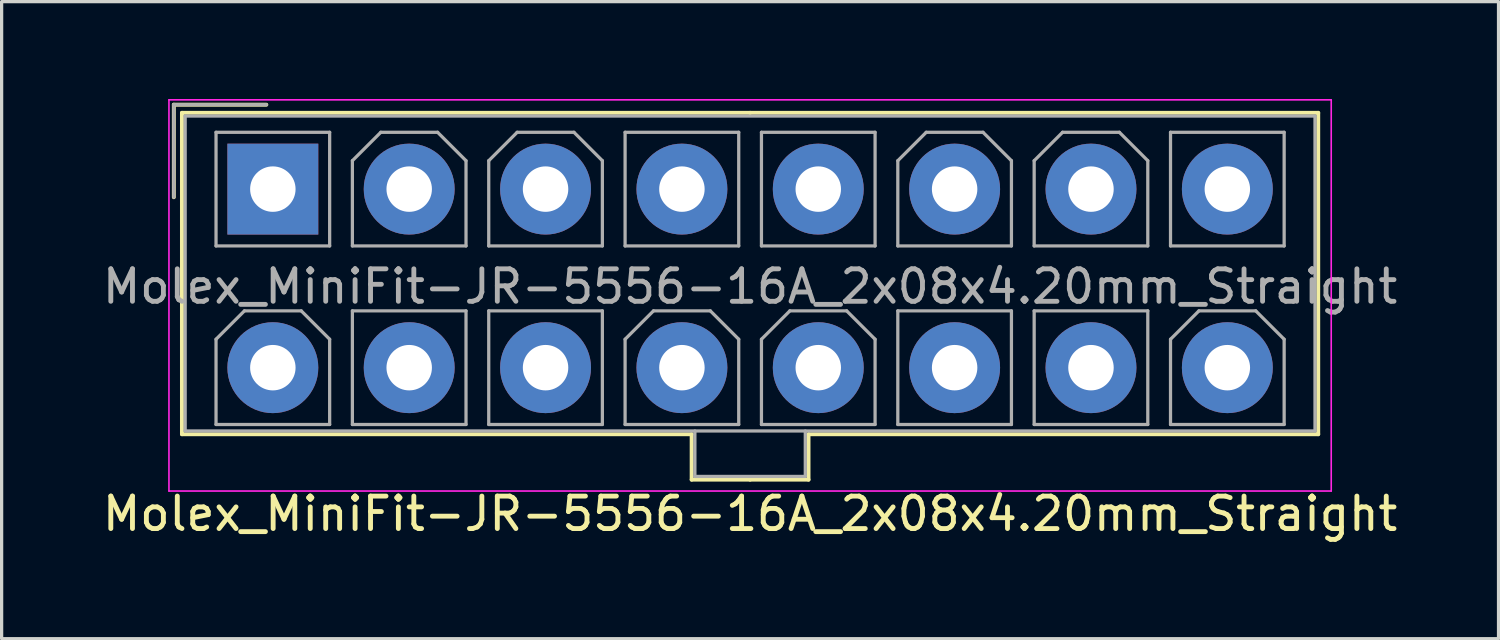
<source format=kicad_pcb>
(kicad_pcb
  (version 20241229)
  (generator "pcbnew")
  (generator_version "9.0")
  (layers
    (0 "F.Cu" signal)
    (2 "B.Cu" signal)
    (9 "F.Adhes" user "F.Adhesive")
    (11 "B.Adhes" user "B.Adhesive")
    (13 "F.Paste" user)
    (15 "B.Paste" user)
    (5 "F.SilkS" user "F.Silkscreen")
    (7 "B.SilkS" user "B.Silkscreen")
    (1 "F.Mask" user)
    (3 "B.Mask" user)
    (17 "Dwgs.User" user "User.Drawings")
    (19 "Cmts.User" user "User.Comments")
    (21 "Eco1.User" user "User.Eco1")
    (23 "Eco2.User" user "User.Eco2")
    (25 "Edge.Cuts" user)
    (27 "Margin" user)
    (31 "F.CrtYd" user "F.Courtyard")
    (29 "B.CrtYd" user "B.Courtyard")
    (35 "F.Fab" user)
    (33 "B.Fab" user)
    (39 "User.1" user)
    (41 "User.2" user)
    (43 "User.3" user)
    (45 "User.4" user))
  (footprint "Molex_MiniFit-JR-5556-16A_2x08x4.20mm_Straight"
    (layer "F.Cu")
    (at 5.354 2.775)
    (property "Reference" "Molex_MiniFit-JR-5556-16A_2x08x4.20mm_Straight" (at 14.7 10 0) (layer "F.SilkS") (effects (font (size 1 1) (thickness 0.15))))
    (attr through_hole)
    (fp_line (start -3.05 -2.6) (end -3.05 0.25) (stroke (width 0.12) (type solid)) (layer "F.SilkS"))
    (fp_line (start -2.8 -2.35) (end -2.8 7.55) (stroke (width 0.12) (type solid)) (layer "F.SilkS"))
    (fp_line (start -2.8 7.55) (end 12.9 7.55) (stroke (width 0.12) (type solid)) (layer "F.SilkS"))
    (fp_line (start -0.2 -2.6) (end -3.05 -2.6) (stroke (width 0.12) (type solid)) (layer "F.SilkS"))
    (fp_line (start 12.9 7.55) (end 12.9 8.95) (stroke (width 0.12) (type solid)) (layer "F.SilkS"))
    (fp_line (start 12.9 8.95) (end 14.7 8.95) (stroke (width 0.12) (type solid)) (layer "F.SilkS"))
    (fp_line (start 14.7 -2.35) (end -2.8 -2.35) (stroke (width 0.12) (type solid)) (layer "F.SilkS"))
    (fp_line (start 14.7 -2.35) (end 32.2 -2.35) (stroke (width 0.12) (type solid)) (layer "F.SilkS"))
    (fp_line (start 16.5 7.55) (end 16.5 8.95) (stroke (width 0.12) (type solid)) (layer "F.SilkS"))
    (fp_line (start 16.5 8.95) (end 14.7 8.95) (stroke (width 0.12) (type solid)) (layer "F.SilkS"))
    (fp_line (start 32.2 -2.35) (end 32.2 7.55) (stroke (width 0.12) (type solid)) (layer "F.SilkS"))
    (fp_line (start 32.2 7.55) (end 16.5 7.55) (stroke (width 0.12) (type solid)) (layer "F.SilkS"))
    (fp_line (start -3.2 -2.75) (end -3.2 9.3) (stroke (width 0.05) (type solid)) (layer "F.CrtYd"))
    (fp_line (start -3.2 9.3) (end 32.6 9.3) (stroke (width 0.05) (type solid)) (layer "F.CrtYd"))
    (fp_line (start 32.6 -2.75) (end -3.2 -2.75) (stroke (width 0.05) (type solid)) (layer "F.CrtYd"))
    (fp_line (start 32.6 9.3) (end 32.6 -2.75) (stroke (width 0.05) (type solid)) (layer "F.CrtYd"))
    (fp_line (start -3.05 -2.6) (end -3.05 0.25) (stroke (width 0.1) (type solid)) (layer "F.Fab"))
    (fp_line (start -2.7 -2.25) (end -2.7 7.45) (stroke (width 0.1) (type solid)) (layer "F.Fab"))
    (fp_line (start -2.7 7.45) (end 32.1 7.45) (stroke (width 0.1) (type solid)) (layer "F.Fab"))
    (fp_line (start -1.75 -1.75) (end -1.75 1.75) (stroke (width 0.1) (type solid)) (layer "F.Fab"))
    (fp_line (start -1.75 1.75) (end 1.75 1.75) (stroke (width 0.1) (type solid)) (layer "F.Fab"))
    (fp_line (start -1.75 4.625) (end -0.875 3.75) (stroke (width 0.1) (type solid)) (layer "F.Fab"))
    (fp_line (start -1.75 7.25) (end -1.75 4.625) (stroke (width 0.1) (type solid)) (layer "F.Fab"))
    (fp_line (start -0.875 3.75) (end 0.875 3.75) (stroke (width 0.1) (type solid)) (layer "F.Fab"))
    (fp_line (start -0.2 -2.6) (end -3.05 -2.6) (stroke (width 0.1) (type solid)) (layer "F.Fab"))
    (fp_line (start 0.875 3.75) (end 1.75 4.625) (stroke (width 0.1) (type solid)) (layer "F.Fab"))
    (fp_line (start 1.75 -1.75) (end -1.75 -1.75) (stroke (width 0.1) (type solid)) (layer "F.Fab"))
    (fp_line (start 1.75 1.75) (end 1.75 -1.75) (stroke (width 0.1) (type solid)) (layer "F.Fab"))
    (fp_line (start 1.75 4.625) (end 1.75 7.25) (stroke (width 0.1) (type solid)) (layer "F.Fab"))
    (fp_line (start 1.75 7.25) (end -1.75 7.25) (stroke (width 0.1) (type solid)) (layer "F.Fab"))
    (fp_line (start 2.45 -0.875) (end 3.325 -1.75) (stroke (width 0.1) (type solid)) (layer "F.Fab"))
    (fp_line (start 2.45 1.75) (end 2.45 -0.875) (stroke (width 0.1) (type solid)) (layer "F.Fab"))
    (fp_line (start 2.45 3.75) (end 2.45 7.25) (stroke (width 0.1) (type solid)) (layer "F.Fab"))
    (fp_line (start 2.45 7.25) (end 5.95 7.25) (stroke (width 0.1) (type solid)) (layer "F.Fab"))
    (fp_line (start 3.325 -1.75) (end 5.075 -1.75) (stroke (width 0.1) (type solid)) (layer "F.Fab"))
    (fp_line (start 5.075 -1.75) (end 5.95 -0.875) (stroke (width 0.1) (type solid)) (layer "F.Fab"))
    (fp_line (start 5.95 -0.875) (end 5.95 1.75) (stroke (width 0.1) (type solid)) (layer "F.Fab"))
    (fp_line (start 5.95 1.75) (end 2.45 1.75) (stroke (width 0.1) (type solid)) (layer "F.Fab"))
    (fp_line (start 5.95 3.75) (end 2.45 3.75) (stroke (width 0.1) (type solid)) (layer "F.Fab"))
    (fp_line (start 5.95 7.25) (end 5.95 3.75) (stroke (width 0.1) (type solid)) (layer "F.Fab"))
    (fp_line (start 6.65 -0.875) (end 7.525 -1.75) (stroke (width 0.1) (type solid)) (layer "F.Fab"))
    (fp_line (start 6.65 1.75) (end 6.65 -0.875) (stroke (width 0.1) (type solid)) (layer "F.Fab"))
    (fp_line (start 6.65 3.75) (end 6.65 7.25) (stroke (width 0.1) (type solid)) (layer "F.Fab"))
    (fp_line (start 6.65 7.25) (end 10.15 7.25) (stroke (width 0.1) (type solid)) (layer "F.Fab"))
    (fp_line (start 7.525 -1.75) (end 9.275 -1.75) (stroke (width 0.1) (type solid)) (layer "F.Fab"))
    (fp_line (start 9.275 -1.75) (end 10.15 -0.875) (stroke (width 0.1) (type solid)) (layer "F.Fab"))
    (fp_line (start 10.15 -0.875) (end 10.15 1.75) (stroke (width 0.1) (type solid)) (layer "F.Fab"))
    (fp_line (start 10.15 1.75) (end 6.65 1.75) (stroke (width 0.1) (type solid)) (layer "F.Fab"))
    (fp_line (start 10.15 3.75) (end 6.65 3.75) (stroke (width 0.1) (type solid)) (layer "F.Fab"))
    (fp_line (start 10.15 7.25) (end 10.15 3.75) (stroke (width 0.1) (type solid)) (layer "F.Fab"))
    (fp_line (start 10.85 -1.75) (end 10.85 1.75) (stroke (width 0.1) (type solid)) (layer "F.Fab"))
    (fp_line (start 10.85 1.75) (end 14.35 1.75) (stroke (width 0.1) (type solid)) (layer "F.Fab"))
    (fp_line (start 10.85 4.625) (end 11.725 3.75) (stroke (width 0.1) (type solid)) (layer "F.Fab"))
    (fp_line (start 10.85 7.25) (end 10.85 4.625) (stroke (width 0.1) (type solid)) (layer "F.Fab"))
    (fp_line (start 11.725 3.75) (end 13.475 3.75) (stroke (width 0.1) (type solid)) (layer "F.Fab"))
    (fp_line (start 13 7.45) (end 13 8.85) (stroke (width 0.1) (type solid)) (layer "F.Fab"))
    (fp_line (start 13 8.85) (end 16.4 8.85) (stroke (width 0.1) (type solid)) (layer "F.Fab"))
    (fp_line (start 13.475 3.75) (end 14.35 4.625) (stroke (width 0.1) (type solid)) (layer "F.Fab"))
    (fp_line (start 14.35 -1.75) (end 10.85 -1.75) (stroke (width 0.1) (type solid)) (layer "F.Fab"))
    (fp_line (start 14.35 1.75) (end 14.35 -1.75) (stroke (width 0.1) (type solid)) (layer "F.Fab"))
    (fp_line (start 14.35 4.625) (end 14.35 7.25) (stroke (width 0.1) (type solid)) (layer "F.Fab"))
    (fp_line (start 14.35 7.25) (end 10.85 7.25) (stroke (width 0.1) (type solid)) (layer "F.Fab"))
    (fp_line (start 15.05 -1.75) (end 15.05 1.75) (stroke (width 0.1) (type solid)) (layer "F.Fab"))
    (fp_line (start 15.05 1.75) (end 18.55 1.75) (stroke (width 0.1) (type solid)) (layer "F.Fab"))
    (fp_line (start 15.05 4.625) (end 15.925 3.75) (stroke (width 0.1) (type solid)) (layer "F.Fab"))
    (fp_line (start 15.05 7.25) (end 15.05 4.625) (stroke (width 0.1) (type solid)) (layer "F.Fab"))
    (fp_line (start 15.925 3.75) (end 17.675 3.75) (stroke (width 0.1) (type solid)) (layer "F.Fab"))
    (fp_line (start 16.4 8.85) (end 16.4 7.45) (stroke (width 0.1) (type solid)) (layer "F.Fab"))
    (fp_line (start 17.675 3.75) (end 18.55 4.625) (stroke (width 0.1) (type solid)) (layer "F.Fab"))
    (fp_line (start 18.55 -1.75) (end 15.05 -1.75) (stroke (width 0.1) (type solid)) (layer "F.Fab"))
    (fp_line (start 18.55 1.75) (end 18.55 -1.75) (stroke (width 0.1) (type solid)) (layer "F.Fab"))
    (fp_line (start 18.55 4.625) (end 18.55 7.25) (stroke (width 0.1) (type solid)) (layer "F.Fab"))
    (fp_line (start 18.55 7.25) (end 15.05 7.25) (stroke (width 0.1) (type solid)) (layer "F.Fab"))
    (fp_line (start 19.25 -0.875) (end 20.125 -1.75) (stroke (width 0.1) (type solid)) (layer "F.Fab"))
    (fp_line (start 19.25 1.75) (end 19.25 -0.875) (stroke (width 0.1) (type solid)) (layer "F.Fab"))
    (fp_line (start 19.25 3.75) (end 19.25 7.25) (stroke (width 0.1) (type solid)) (layer "F.Fab"))
    (fp_line (start 19.25 7.25) (end 22.75 7.25) (stroke (width 0.1) (type solid)) (layer "F.Fab"))
    (fp_line (start 20.125 -1.75) (end 21.875 -1.75) (stroke (width 0.1) (type solid)) (layer "F.Fab"))
    (fp_line (start 21.875 -1.75) (end 22.75 -0.875) (stroke (width 0.1) (type solid)) (layer "F.Fab"))
    (fp_line (start 22.75 -0.875) (end 22.75 1.75) (stroke (width 0.1) (type solid)) (layer "F.Fab"))
    (fp_line (start 22.75 1.75) (end 19.25 1.75) (stroke (width 0.1) (type solid)) (layer "F.Fab"))
    (fp_line (start 22.75 3.75) (end 19.25 3.75) (stroke (width 0.1) (type solid)) (layer "F.Fab"))
    (fp_line (start 22.75 7.25) (end 22.75 3.75) (stroke (width 0.1) (type solid)) (layer "F.Fab"))
    (fp_line (start 23.45 -0.875) (end 24.325 -1.75) (stroke (width 0.1) (type solid)) (layer "F.Fab"))
    (fp_line (start 23.45 1.75) (end 23.45 -0.875) (stroke (width 0.1) (type solid)) (layer "F.Fab"))
    (fp_line (start 23.45 3.75) (end 23.45 7.25) (stroke (width 0.1) (type solid)) (layer "F.Fab"))
    (fp_line (start 23.45 7.25) (end 26.95 7.25) (stroke (width 0.1) (type solid)) (layer "F.Fab"))
    (fp_line (start 24.325 -1.75) (end 26.075 -1.75) (stroke (width 0.1) (type solid)) (layer "F.Fab"))
    (fp_line (start 26.075 -1.75) (end 26.95 -0.875) (stroke (width 0.1) (type solid)) (layer "F.Fab"))
    (fp_line (start 26.95 -0.875) (end 26.95 1.75) (stroke (width 0.1) (type solid)) (layer "F.Fab"))
    (fp_line (start 26.95 1.75) (end 23.45 1.75) (stroke (width 0.1) (type solid)) (layer "F.Fab"))
    (fp_line (start 26.95 3.75) (end 23.45 3.75) (stroke (width 0.1) (type solid)) (layer "F.Fab"))
    (fp_line (start 26.95 7.25) (end 26.95 3.75) (stroke (width 0.1) (type solid)) (layer "F.Fab"))
    (fp_line (start 27.65 -1.75) (end 27.65 1.75) (stroke (width 0.1) (type solid)) (layer "F.Fab"))
    (fp_line (start 27.65 1.75) (end 31.15 1.75) (stroke (width 0.1) (type solid)) (layer "F.Fab"))
    (fp_line (start 27.65 4.625) (end 28.525 3.75) (stroke (width 0.1) (type solid)) (layer "F.Fab"))
    (fp_line (start 27.65 7.25) (end 27.65 4.625) (stroke (width 0.1) (type solid)) (layer "F.Fab"))
    (fp_line (start 28.525 3.75) (end 30.275 3.75) (stroke (width 0.1) (type solid)) (layer "F.Fab"))
    (fp_line (start 30.275 3.75) (end 31.15 4.625) (stroke (width 0.1) (type solid)) (layer "F.Fab"))
    (fp_line (start 31.15 -1.75) (end 27.65 -1.75) (stroke (width 0.1) (type solid)) (layer "F.Fab"))
    (fp_line (start 31.15 1.75) (end 31.15 -1.75) (stroke (width 0.1) (type solid)) (layer "F.Fab"))
    (fp_line (start 31.15 4.625) (end 31.15 7.25) (stroke (width 0.1) (type solid)) (layer "F.Fab"))
    (fp_line (start 31.15 7.25) (end 27.65 7.25) (stroke (width 0.1) (type solid)) (layer "F.Fab"))
    (fp_line (start 32.1 -2.25) (end -2.7 -2.25) (stroke (width 0.1) (type solid)) (layer "F.Fab"))
    (fp_line (start 32.1 7.45) (end 32.1 -2.25) (stroke (width 0.1) (type solid)) (layer "F.Fab"))
    (fp_text user "${REFERENCE}" (at 14.7 3 0) (layer "F.Fab") (effects (font (size 1 1) (thickness 0.15))))
    (pad "1" thru_hole rect (at 0 0) (size 2.8 2.8) (drill 1.4) (layers "*.Cu" "*.Mask"))
    (pad "2" thru_hole circle (at 4.2 0) (size 2.8 2.8) (drill 1.4) (layers "*.Cu" "*.Mask"))
    (pad "3" thru_hole circle (at 8.4 0) (size 2.8 2.8) (drill 1.4) (layers "*.Cu" "*.Mask"))
    (pad "4" thru_hole circle (at 12.6 0) (size 2.8 2.8) (drill 1.4) (layers "*.Cu" "*.Mask"))
    (pad "5" thru_hole circle (at 16.8 0) (size 2.8 2.8) (drill 1.4) (layers "*.Cu" "*.Mask"))
    (pad "6" thru_hole circle (at 21 0) (size 2.8 2.8) (drill 1.4) (layers "*.Cu" "*.Mask"))
    (pad "7" thru_hole circle (at 25.2 0) (size 2.8 2.8) (drill 1.4) (layers "*.Cu" "*.Mask"))
    (pad "8" thru_hole circle (at 29.4 0) (size 2.8 2.8) (drill 1.4) (layers "*.Cu" "*.Mask"))
    (pad "9" thru_hole circle (at 0 5.5) (size 2.8 2.8) (drill 1.4) (layers "*.Cu" "*.Mask"))
    (pad "10" thru_hole circle (at 4.2 5.5) (size 2.8 2.8) (drill 1.4) (layers "*.Cu" "*.Mask"))
    (pad "11" thru_hole circle (at 8.4 5.5) (size 2.8 2.8) (drill 1.4) (layers "*.Cu" "*.Mask"))
    (pad "12" thru_hole circle (at 12.6 5.5) (size 2.8 2.8) (drill 1.4) (layers "*.Cu" "*.Mask"))
    (pad "13" thru_hole circle (at 16.8 5.5) (size 2.8 2.8) (drill 1.4) (layers "*.Cu" "*.Mask"))
    (pad "14" thru_hole circle (at 21 5.5) (size 2.8 2.8) (drill 1.4) (layers "*.Cu" "*.Mask"))
    (pad "15" thru_hole circle (at 25.2 5.5) (size 2.8 2.8) (drill 1.4) (layers "*.Cu" "*.Mask"))
    (pad "16" thru_hole circle (at 29.4 5.5) (size 2.8 2.8) (drill 1.4) (layers "*.Cu" "*.Mask")))
  (gr_rect
    (start -3 -3)
    (end 43.107 16.623)
    (stroke (width 0.1) (type default))
    (fill no)
    (layer "Edge.Cuts")))
</source>
